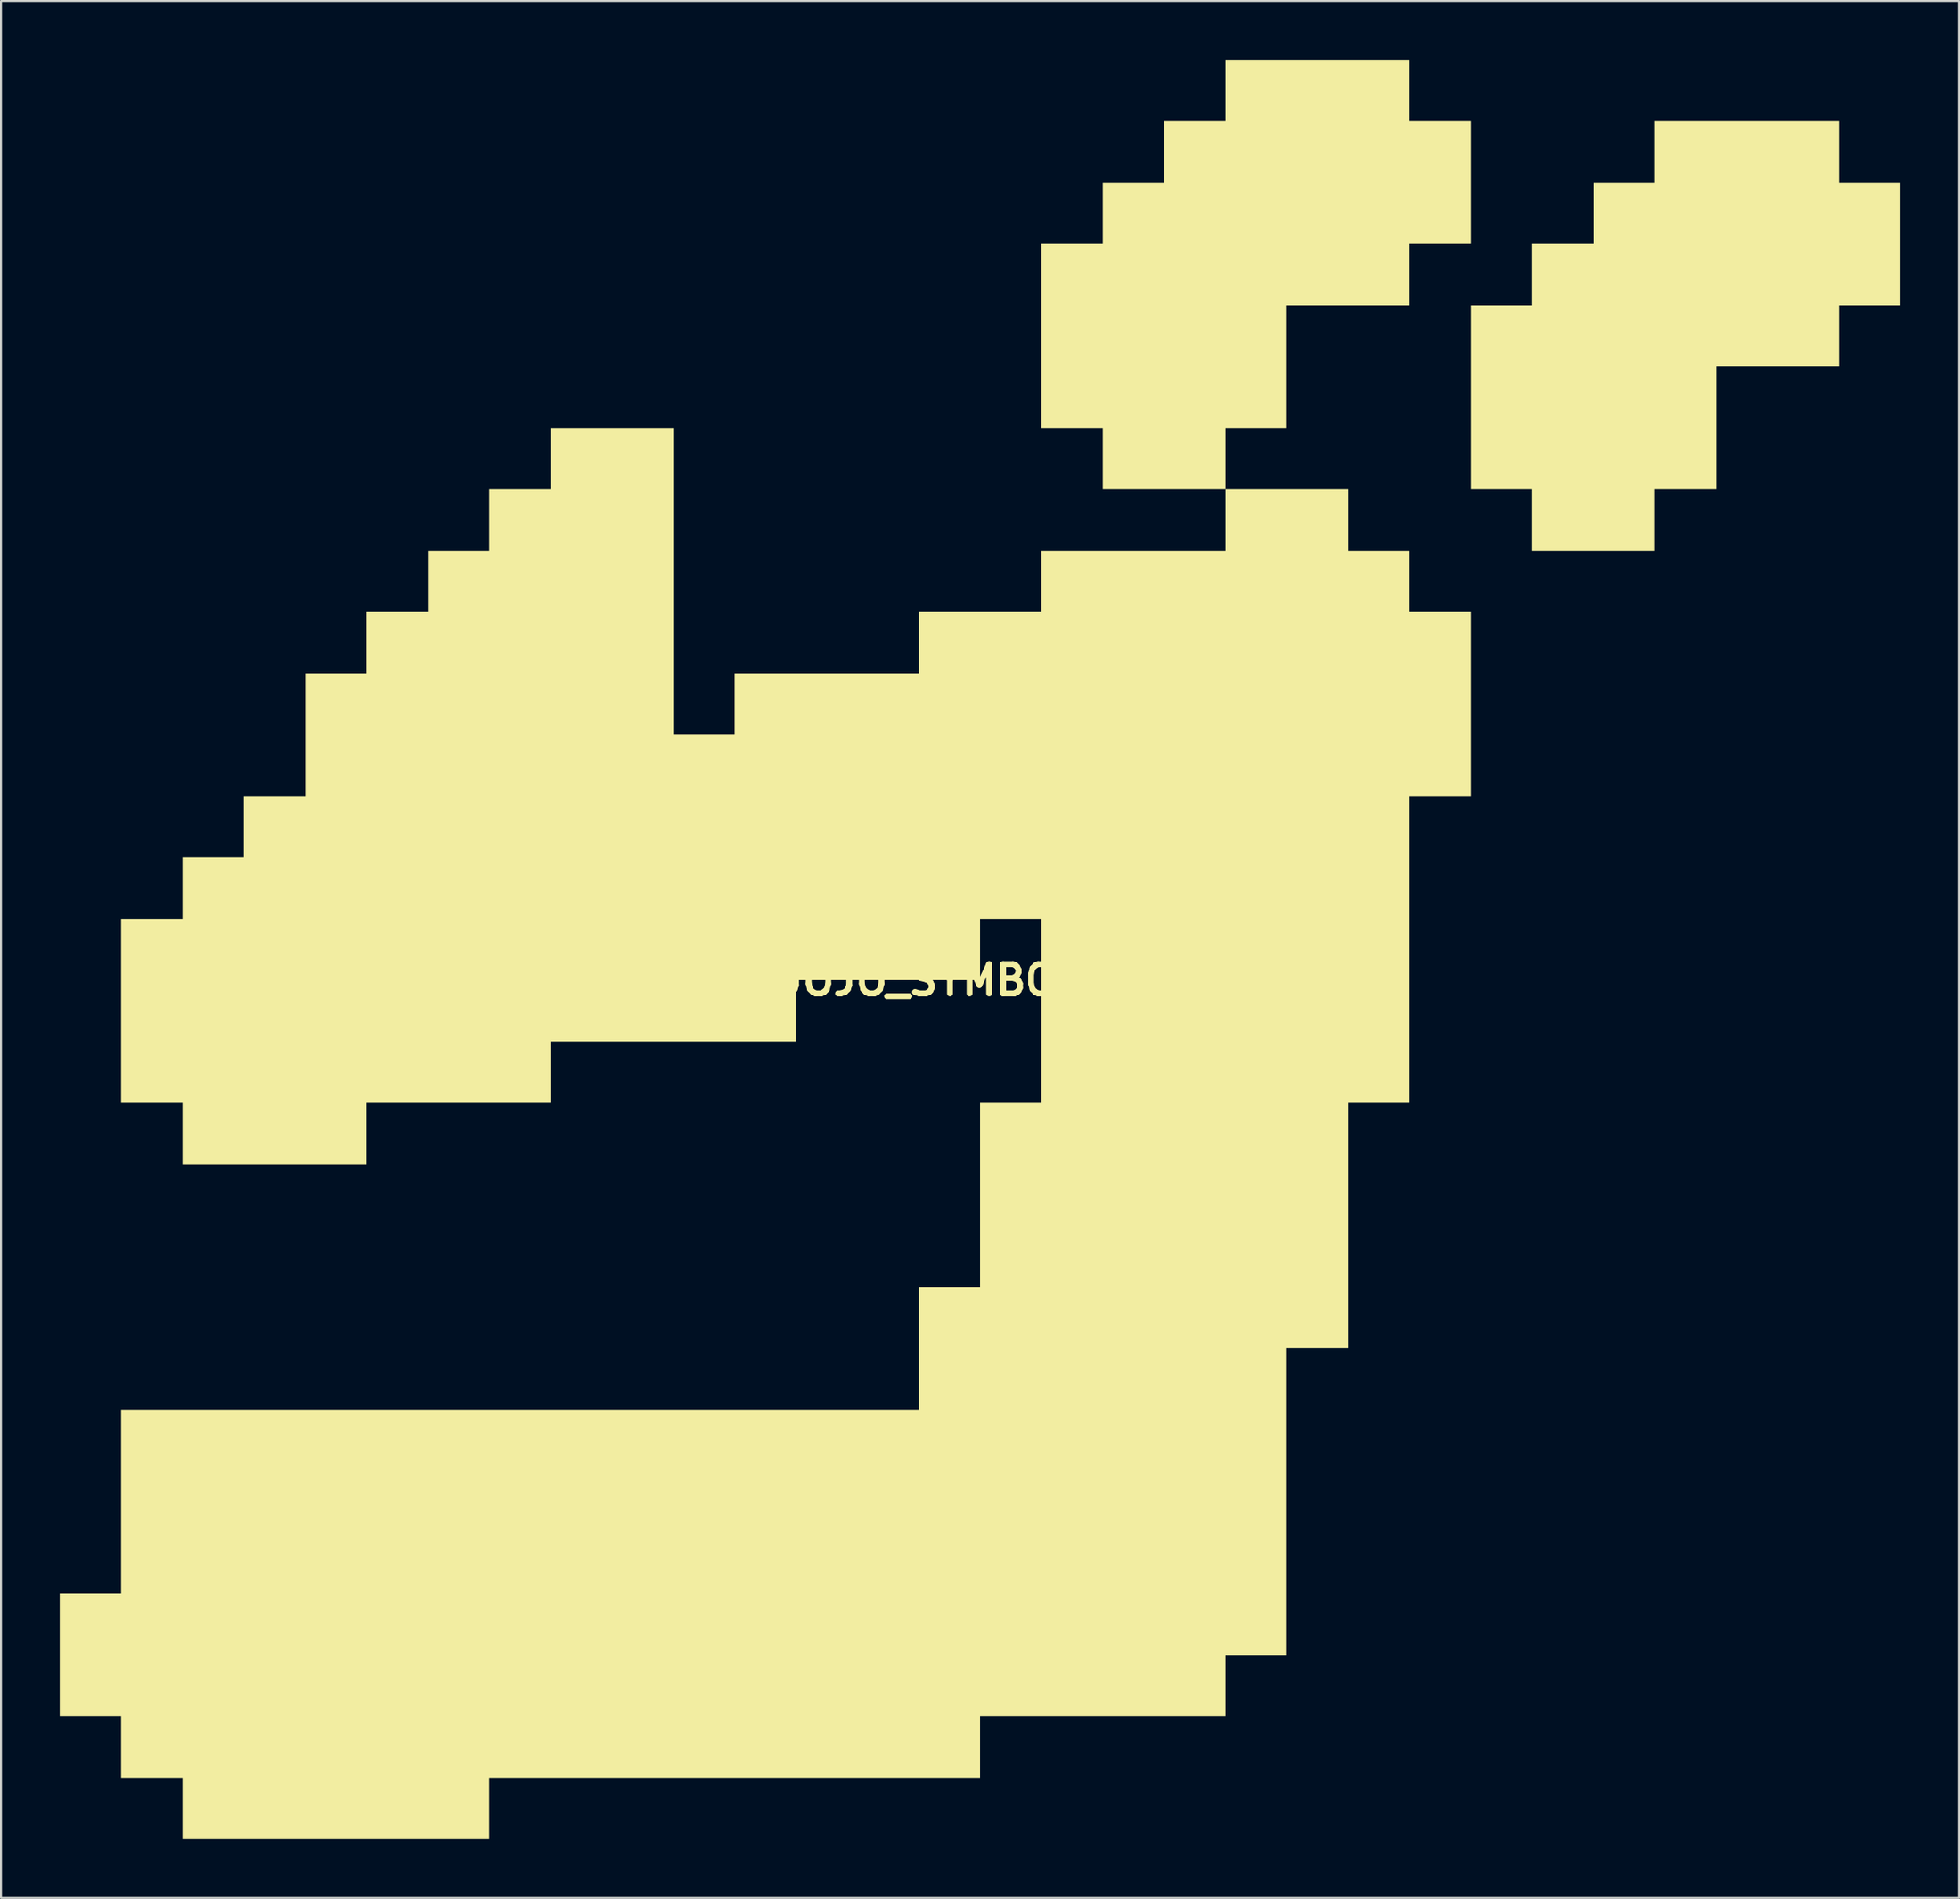
<source format=kicad_pcb>
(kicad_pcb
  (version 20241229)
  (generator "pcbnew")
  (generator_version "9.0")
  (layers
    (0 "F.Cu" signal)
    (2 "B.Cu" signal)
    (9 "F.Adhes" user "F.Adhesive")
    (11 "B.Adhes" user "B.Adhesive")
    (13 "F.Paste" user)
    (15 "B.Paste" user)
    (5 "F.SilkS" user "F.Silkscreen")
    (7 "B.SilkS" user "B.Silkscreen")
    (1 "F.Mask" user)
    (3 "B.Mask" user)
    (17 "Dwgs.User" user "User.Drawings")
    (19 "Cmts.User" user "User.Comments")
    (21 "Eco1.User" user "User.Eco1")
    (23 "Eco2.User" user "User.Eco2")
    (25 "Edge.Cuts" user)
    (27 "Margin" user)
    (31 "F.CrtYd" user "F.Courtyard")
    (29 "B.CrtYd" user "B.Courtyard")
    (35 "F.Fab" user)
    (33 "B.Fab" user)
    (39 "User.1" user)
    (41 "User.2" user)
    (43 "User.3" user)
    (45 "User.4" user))
  (footprint "JOJO_SYMBOL_IMG"
    (layer "F.Cu")
    (at 46.99 46.99)
    (property "Reference" "JOJO_SYMBOL_IMG" (at 0 0 0) (layer "F.SilkS") (effects (font (size 1.5 1.5) (thickness 0.3))))
    (attr board_only exclude_from_pos_files exclude_from_bom)
    (fp_poly (pts (xy 21.929 -45.424) (xy 21.929 -43.857) (xy 23.495 -43.857) (xy 25.061 -43.857) (xy 25.061 -40.725) (xy 25.061 -37.592) (xy 23.495 -37.592) (xy 21.929 -37.592) (xy 21.929 -36.026) (xy 21.929 -34.459) (xy 18.796 -34.459) (xy 15.663 -34.459) (xy 15.663 -31.327) (xy 15.663 -28.194) (xy 14.097 -28.194) (xy 12.531 -28.194) (xy 12.531 -26.628) (xy 12.531 -25.061) (xy 9.398 -25.061) (xy 6.265 -25.061) (xy 6.265 -26.628) (xy 6.265 -28.194) (xy 4.699 -28.194) (xy 3.133 -28.194) (xy 3.133 -32.893) (xy 3.133 -37.592) (xy 4.699 -37.592) (xy 6.265 -37.592) (xy 6.265 -39.158) (xy 6.265 -40.725) (xy 7.832 -40.725) (xy 9.398 -40.725) (xy 9.398 -42.291) (xy 9.398 -43.857) (xy 10.964 -43.857) (xy 12.531 -43.857) (xy 12.531 -45.424) (xy 12.531 -46.99) (xy 17.23 -46.99) (xy 21.929 -46.99)) (stroke (width 0) (type solid)) (fill yes) (layer "F.SilkS"))
    (fp_poly (pts (xy 43.857 -42.291) (xy 43.857 -40.725) (xy 45.424 -40.725) (xy 46.99 -40.725) (xy 46.99 -37.592) (xy 46.99 -34.459) (xy 45.424 -34.459) (xy 43.857 -34.459) (xy 43.857 -32.893) (xy 43.857 -31.327) (xy 40.725 -31.327) (xy 37.592 -31.327) (xy 37.592 -28.194) (xy 37.592 -25.061) (xy 36.026 -25.061) (xy 34.459 -25.061) (xy 34.459 -23.495) (xy 34.459 -21.929) (xy 31.327 -21.929) (xy 28.194 -21.929) (xy 28.194 -23.495) (xy 28.194 -25.061) (xy 26.628 -25.061) (xy 25.061 -25.061) (xy 25.061 -29.76) (xy 25.061 -34.459) (xy 26.628 -34.459) (xy 28.194 -34.459) (xy 28.194 -36.026) (xy 28.194 -37.592) (xy 29.76 -37.592) (xy 31.327 -37.592) (xy 31.327 -39.158) (xy 31.327 -40.725) (xy 32.893 -40.725) (xy 34.459 -40.725) (xy 34.459 -42.291) (xy 34.459 -43.857) (xy 39.158 -43.857) (xy 43.857 -43.857)) (stroke (width 0) (type solid)) (fill yes) (layer "F.SilkS"))
    (fp_poly (pts (xy -15.663 -20.362) (xy -15.663 -12.531) (xy -14.097 -12.531) (xy -12.531 -12.531) (xy -12.531 -14.097) (xy -12.531 -15.663) (xy -7.832 -15.663) (xy -3.133 -15.663) (xy -3.133 -17.23) (xy -3.133 -18.796) (xy 0 -18.796) (xy 3.133 -18.796) (xy 3.133 -20.362) (xy 3.133 -21.929) (xy 7.832 -21.929) (xy 12.531 -21.929) (xy 12.531 -23.495) (xy 12.531 -25.061) (xy 15.663 -25.061) (xy 18.796 -25.061) (xy 18.796 -23.495) (xy 18.796 -21.929) (xy 20.362 -21.929) (xy 21.929 -21.929) (xy 21.929 -20.362) (xy 21.929 -18.796) (xy 23.495 -18.796) (xy 25.061 -18.796) (xy 25.061 -14.097) (xy 25.061 -9.398) (xy 23.495 -9.398) (xy 21.929 -9.398) (xy 21.929 -1.566) (xy 21.929 6.265) (xy 20.362 6.265) (xy 18.796 6.265) (xy 18.796 12.531) (xy 18.796 18.796) (xy 17.23 18.796) (xy 15.663 18.796) (xy 15.663 26.628) (xy 15.663 34.459) (xy 14.097 34.459) (xy 12.531 34.459) (xy 12.531 36.026) (xy 12.531 37.592) (xy 6.265 37.592) (xy 0 37.592) (xy 0 39.158) (xy 0 40.725) (xy -12.531 40.725) (xy -25.061 40.725) (xy -25.061 42.291) (xy -25.061 43.857) (xy -32.893 43.857) (xy -40.725 43.857) (xy -40.725 42.291) (xy -40.725 40.725) (xy -42.291 40.725) (xy -43.857 40.725) (xy -43.857 39.158) (xy -43.857 37.592) (xy -45.424 37.592) (xy -46.99 37.592) (xy -46.99 34.459) (xy -46.99 31.327) (xy -45.424 31.327) (xy -43.857 31.327) (xy -43.857 26.628) (xy -43.857 21.929) (xy -23.495 21.929) (xy -3.133 21.929) (xy -3.133 18.796) (xy -3.133 15.663) (xy -1.566 15.663) (xy 0 15.663) (xy 0 10.964) (xy 0 6.265) (xy 1.566 6.265) (xy 3.133 6.265) (xy 3.133 1.566) (xy 3.133 -3.133) (xy 1.566 -3.133) (xy 0 -3.133) (xy 0 -1.566) (xy 0 0) (xy -4.699 0) (xy -9.398 0) (xy -9.398 1.566) (xy -9.398 3.133) (xy -15.663 3.133) (xy -21.929 3.133) (xy -21.929 4.699) (xy -21.929 6.265) (xy -26.628 6.265) (xy -31.327 6.265) (xy -31.327 7.832) (xy -31.327 9.398) (xy -36.026 9.398) (xy -40.725 9.398) (xy -40.725 7.832) (xy -40.725 6.265) (xy -42.291 6.265) (xy -43.857 6.265) (xy -43.857 1.566) (xy -43.857 -3.133) (xy -42.291 -3.133) (xy -40.725 -3.133) (xy -40.725 -4.699) (xy -40.725 -6.265) (xy -39.158 -6.265) (xy -37.592 -6.265) (xy -37.592 -7.832) (xy -37.592 -9.398) (xy -36.026 -9.398) (xy -34.459 -9.398) (xy -34.459 -12.531) (xy -34.459 -15.663) (xy -32.893 -15.663) (xy -31.327 -15.663) (xy -31.327 -17.23) (xy -31.327 -18.796) (xy -29.76 -18.796) (xy -28.194 -18.796) (xy -28.194 -20.362) (xy -28.194 -21.929) (xy -26.628 -21.929) (xy -25.061 -21.929) (xy -25.061 -23.495) (xy -25.061 -25.061) (xy -23.495 -25.061) (xy -21.929 -25.061) (xy -21.929 -26.628) (xy -21.929 -28.194) (xy -18.796 -28.194) (xy -15.663 -28.194)) (stroke (width 0) (type solid)) (fill yes) (layer "F.SilkS")))
  (gr_rect
    (start -3 -3)
    (end 96.98 93.847)
    (stroke (width 0.1) (type default))
    (fill no)
    (layer "Edge.Cuts")))
</source>
